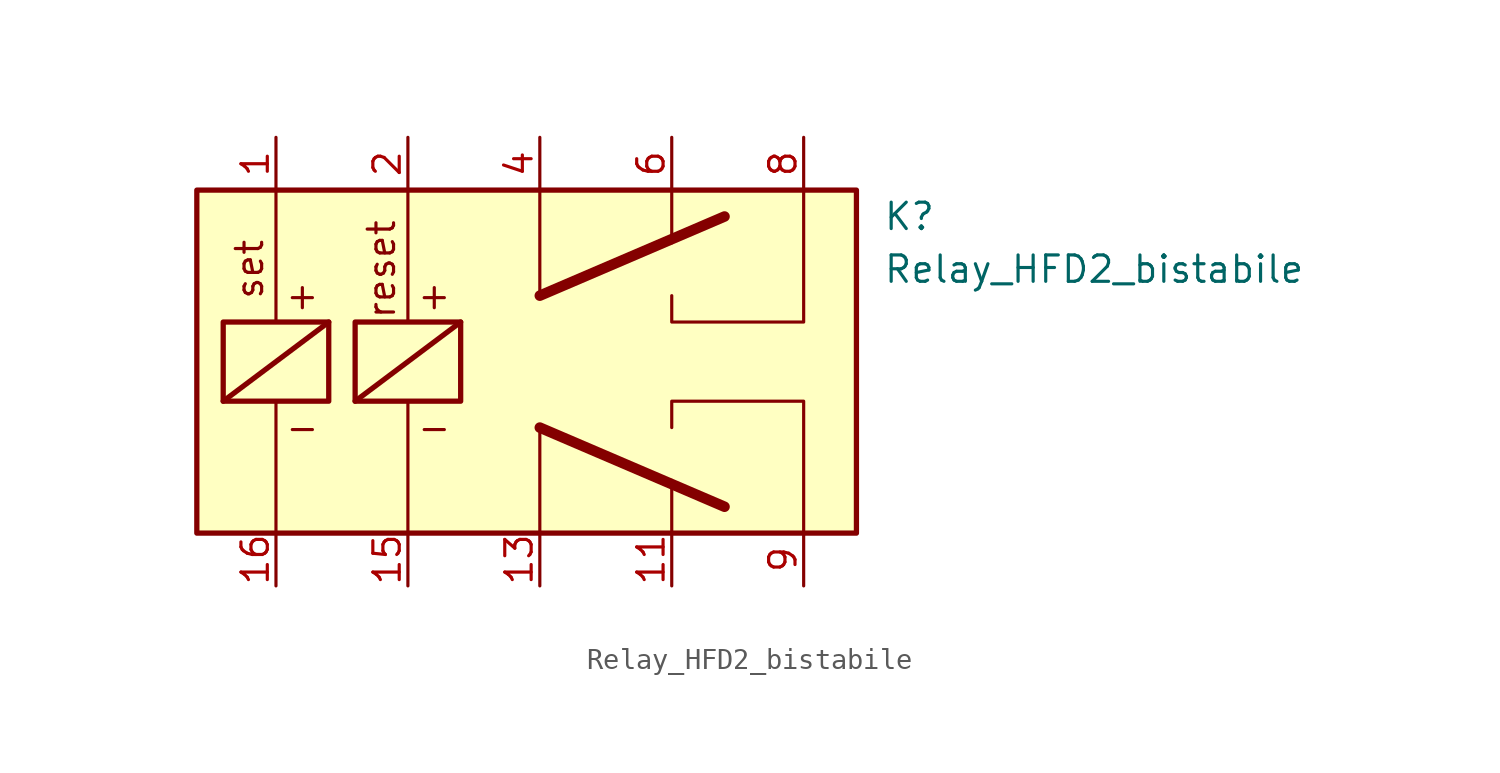
<source format=kicad_sym>
(kicad_symbol_lib
  (version 20220914)
  (generator kicad_symbol_editor)
  (symbol "Relay_HFD2_bistabile"
    (property "Reference" "K"
      (at 16.51 3.81 0)
      (effects (font (size 1.27 1.27)) (justify left)))
    (property "Value" "Relay_HFD2_bistabile"
      (at 16.51 1.27 0)
      (effects (font (size 1.27 1.27)) (justify left)))
    (symbol "Relay_HFD2_bistabile_0_1"
      (rectangle (start -16.51 5.08) (end 15.24 -11.43) (stroke (width 0.254) (type default)) (fill (type background)))
      (rectangle (start -15.24 -1.27) (end -10.16 -5.08) (stroke (width 0.254) (type default)) (fill (type none)))
      (rectangle (start -8.89 -1.27) (end -3.81 -5.08) (stroke (width 0.254) (type default)) (fill (type none)))
      (polyline (pts (xy -15.24 -5.08) (xy -10.16 -1.27)) (stroke (width 0.254) (type default)) (fill (type none)))
      (polyline (pts (xy -12.7 -11.43) (xy -12.7 -5.08)) (stroke (width 0) (type default)) (fill (type none)))
      (polyline (pts (xy -12.7 5.08) (xy -12.7 -1.27)) (stroke (width 0) (type default)) (fill (type none)))
      (polyline (pts (xy -8.89 -5.08) (xy -3.81 -1.27)) (stroke (width 0.254) (type default)) (fill (type none)))
      (polyline (pts (xy -6.35 -11.43) (xy -6.35 -5.08)) (stroke (width 0) (type default)) (fill (type none)))
      (polyline (pts (xy -6.35 5.08) (xy -6.35 -1.27)) (stroke (width 0) (type default)) (fill (type none)))
      (polyline (pts (xy 0 -6.35) (xy 0 -11.43)) (stroke (width 0) (type default)) (fill (type none)))
      (polyline (pts (xy 0 0) (xy 0 5.08)) (stroke (width 0) (type default)) (fill (type none)))
      (polyline (pts (xy 6.35 -11.43) (xy 6.35 -8.89)) (stroke (width 0) (type default)) (fill (type none)))
      (polyline (pts (xy 6.35 5.08) (xy 6.35 2.54)) (stroke (width 0) (type default)) (fill (type none)))
      (polyline (pts (xy 8.89 -10.16) (xy 0 -6.35)) (stroke (width 0.508) (type default)) (fill (type none)))
      (polyline (pts (xy 8.89 3.81) (xy 0 0)) (stroke (width 0.508) (type default)) (fill (type none)))
      (polyline (pts (xy 6.35 -6.35) (xy 6.35 -5.08) (xy 12.7 -5.08) (xy 12.7 -11.43)) (stroke (width 0) (type default)) (fill (type none)))
      (polyline (pts (xy 6.35 0) (xy 6.35 -1.27) (xy 12.7 -1.27) (xy 12.7 5.08)) (stroke (width 0) (type default)) (fill (type none))))
    (symbol "Relay_HFD2_bistabile_1_1"
      (text "+" (at -11.43 0 0) (effects (font (size 1.27 1.27))))
      (text "+" (at -5.08 0 0) (effects (font (size 1.27 1.27))))
      (text "-" (at -11.43 -6.35 0) (effects (font (size 1.27 1.27))))
      (text "-" (at -5.08 -6.35 0) (effects (font (size 1.27 1.27))))
      (text "reset" (at -7.62 1.27 900) (effects (font (size 1.27 1.27))))
      (text "set" (at -13.97 1.27 900) (effects (font (size 1.27 1.27))))
      (pin passive line (at -12.7 7.62 270) (length 2.54) (name "~" (effects (font (size 1.27 1.27)))) (number "1" (effects (font (size 1.27 1.27)))))
      (pin passive line (at 6.35 -13.97 90) (length 2.54) (name "~" (effects (font (size 1.27 1.27)))) (number "11" (effects (font (size 1.27 1.27)))))
      (pin passive line (at 0 -13.97 90) (length 2.54) (name "~" (effects (font (size 1.27 1.27)))) (number "13" (effects (font (size 1.27 1.27)))))
      (pin passive line (at -6.35 -13.97 90) (length 2.54) (name "" (effects (font (size 1.27 1.27)))) (number "15" (effects (font (size 1.27 1.27)))))
      (pin passive line (at -12.7 -13.97 90) (length 2.54) (name "" (effects (font (size 1.27 1.27)))) (number "16" (effects (font (size 1.27 1.27)))))
      (pin passive line (at -6.35 7.62 270) (length 2.54) (name "~" (effects (font (size 1.27 1.27)))) (number "2" (effects (font (size 1.27 1.27)))))
      (pin passive line (at 0 7.62 270) (length 2.54) (name "~" (effects (font (size 1.27 1.27)))) (number "4" (effects (font (size 1.27 1.27)))))
      (pin passive line (at 6.35 7.62 270) (length 2.54) (name "~" (effects (font (size 1.27 1.27)))) (number "6" (effects (font (size 1.27 1.27)))))
      (pin passive line (at 12.7 7.62 270) (length 2.54) (name "" (effects (font (size 1.27 1.27)))) (number "8" (effects (font (size 1.27 1.27)))))
      (pin passive line (at 12.7 -13.97 90) (length 2.54) (name "" (effects (font (size 1.27 1.27)))) (number "9" (effects (font (size 1.27 1.27))))))))
</source>
